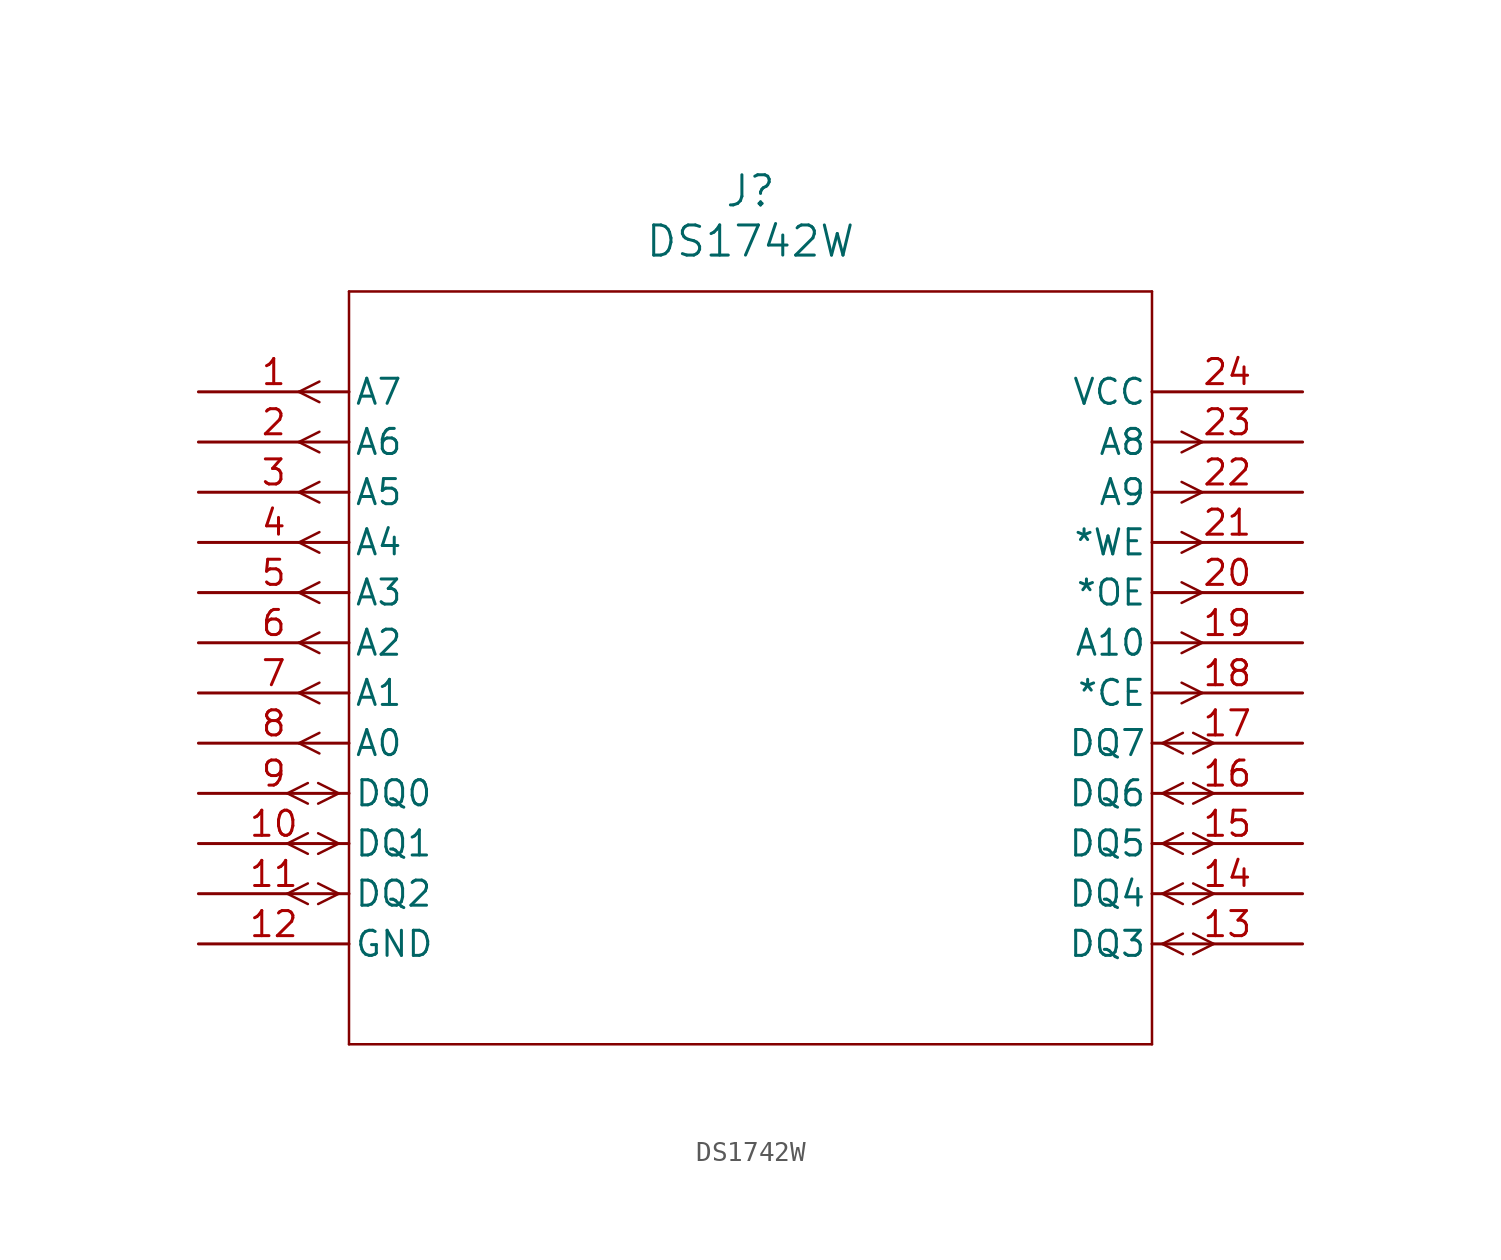
<source format=kicad_sym>
(kicad_symbol_lib
  (version 20220914)
  (generator kicad_symbol_editor)
  (symbol "DS1742W"
    (pin_names
      (offset 0.254))
    (property "Reference" "J"
      (at 27.94 10.16 0)
      (effects (font (size 1.524 1.524))))
    (property "Value" "DS1742W"
      (at 27.94 7.62 0)
      (effects (font (size 1.524 1.524))))
    (property "ki_locked" ""
      (at 0 0 0)
      (effects (font (size 1.27 1.27))))
    (symbol "DS1742W_0_1"
      (polyline (pts (xy 5.08 -17.78) (xy 6.121 -18.301)) (stroke (width 0.127) (type default)) (fill (type none)))
      (polyline (pts (xy 5.08 -17.78) (xy 6.121 -17.259)) (stroke (width 0.127) (type default)) (fill (type none)))
      (polyline (pts (xy 5.08 -15.24) (xy 6.121 -15.761)) (stroke (width 0.127) (type default)) (fill (type none)))
      (polyline (pts (xy 5.08 -15.24) (xy 6.121 -14.719)) (stroke (width 0.127) (type default)) (fill (type none)))
      (polyline (pts (xy 5.08 -12.7) (xy 6.121 -13.221)) (stroke (width 0.127) (type default)) (fill (type none)))
      (polyline (pts (xy 5.08 -12.7) (xy 6.121 -12.179)) (stroke (width 0.127) (type default)) (fill (type none)))
      (polyline (pts (xy 5.08 -10.16) (xy 6.121 -10.681)) (stroke (width 0.127) (type default)) (fill (type none)))
      (polyline (pts (xy 5.08 -10.16) (xy 6.121 -9.639)) (stroke (width 0.127) (type default)) (fill (type none)))
      (polyline (pts (xy 5.08 -7.62) (xy 6.121 -8.141)) (stroke (width 0.127) (type default)) (fill (type none)))
      (polyline (pts (xy 5.08 -7.62) (xy 6.121 -7.099)) (stroke (width 0.127) (type default)) (fill (type none)))
      (polyline (pts (xy 5.08 -5.08) (xy 6.121 -5.601)) (stroke (width 0.127) (type default)) (fill (type none)))
      (polyline (pts (xy 5.08 -5.08) (xy 6.121 -4.559)) (stroke (width 0.127) (type default)) (fill (type none)))
      (polyline (pts (xy 5.08 -2.54) (xy 6.121 -3.061)) (stroke (width 0.127) (type default)) (fill (type none)))
      (polyline (pts (xy 5.08 -2.54) (xy 6.121 -2.019)) (stroke (width 0.127) (type default)) (fill (type none)))
      (polyline (pts (xy 5.08 0) (xy 6.121 -0.521)) (stroke (width 0.127) (type default)) (fill (type none)))
      (polyline (pts (xy 5.08 0) (xy 6.121 0.521)) (stroke (width 0.127) (type default)) (fill (type none)))
      (polyline (pts (xy 5.537 -25.921) (xy 4.496 -25.4)) (stroke (width 0.127) (type default)) (fill (type none)))
      (polyline (pts (xy 5.537 -24.879) (xy 4.496 -25.4)) (stroke (width 0.127) (type default)) (fill (type none)))
      (polyline (pts (xy 5.537 -23.381) (xy 4.496 -22.86)) (stroke (width 0.127) (type default)) (fill (type none)))
      (polyline (pts (xy 5.537 -22.339) (xy 4.496 -22.86)) (stroke (width 0.127) (type default)) (fill (type none)))
      (polyline (pts (xy 5.537 -20.841) (xy 4.496 -20.32)) (stroke (width 0.127) (type default)) (fill (type none)))
      (polyline (pts (xy 5.537 -19.799) (xy 4.496 -20.32)) (stroke (width 0.127) (type default)) (fill (type none)))
      (polyline (pts (xy 7.099 -25.4) (xy 6.058 -25.921)) (stroke (width 0.127) (type default)) (fill (type none)))
      (polyline (pts (xy 7.099 -25.4) (xy 6.058 -24.879)) (stroke (width 0.127) (type default)) (fill (type none)))
      (polyline (pts (xy 7.099 -22.86) (xy 6.058 -23.381)) (stroke (width 0.127) (type default)) (fill (type none)))
      (polyline (pts (xy 7.099 -22.86) (xy 6.058 -22.339)) (stroke (width 0.127) (type default)) (fill (type none)))
      (polyline (pts (xy 7.099 -20.32) (xy 6.058 -20.841)) (stroke (width 0.127) (type default)) (fill (type none)))
      (polyline (pts (xy 7.099 -20.32) (xy 6.058 -19.799)) (stroke (width 0.127) (type default)) (fill (type none)))
      (polyline (pts (xy 7.62 -33.02) (xy 48.26 -33.02)) (stroke (width 0.127) (type default)) (fill (type none)))
      (polyline (pts (xy 7.62 5.08) (xy 7.62 -33.02)) (stroke (width 0.127) (type default)) (fill (type none)))
      (polyline (pts (xy 48.26 -33.02) (xy 48.26 5.08)) (stroke (width 0.127) (type default)) (fill (type none)))
      (polyline (pts (xy 48.26 5.08) (xy 7.62 5.08)) (stroke (width 0.127) (type default)) (fill (type none)))
      (polyline (pts (xy 48.781 -27.94) (xy 49.822 -28.461)) (stroke (width 0.127) (type default)) (fill (type none)))
      (polyline (pts (xy 48.781 -27.94) (xy 49.822 -27.419)) (stroke (width 0.127) (type default)) (fill (type none)))
      (polyline (pts (xy 48.781 -25.4) (xy 49.822 -25.921)) (stroke (width 0.127) (type default)) (fill (type none)))
      (polyline (pts (xy 48.781 -25.4) (xy 49.822 -24.879)) (stroke (width 0.127) (type default)) (fill (type none)))
      (polyline (pts (xy 48.781 -22.86) (xy 49.822 -23.381)) (stroke (width 0.127) (type default)) (fill (type none)))
      (polyline (pts (xy 48.781 -22.86) (xy 49.822 -22.339)) (stroke (width 0.127) (type default)) (fill (type none)))
      (polyline (pts (xy 48.781 -20.32) (xy 49.822 -20.841)) (stroke (width 0.127) (type default)) (fill (type none)))
      (polyline (pts (xy 48.781 -20.32) (xy 49.822 -19.799)) (stroke (width 0.127) (type default)) (fill (type none)))
      (polyline (pts (xy 48.781 -17.78) (xy 49.822 -18.301)) (stroke (width 0.127) (type default)) (fill (type none)))
      (polyline (pts (xy 48.781 -17.78) (xy 49.822 -17.259)) (stroke (width 0.127) (type default)) (fill (type none)))
      (polyline (pts (xy 50.343 -28.461) (xy 51.384 -27.94)) (stroke (width 0.127) (type default)) (fill (type none)))
      (polyline (pts (xy 50.343 -27.419) (xy 51.384 -27.94)) (stroke (width 0.127) (type default)) (fill (type none)))
      (polyline (pts (xy 50.343 -25.921) (xy 51.384 -25.4)) (stroke (width 0.127) (type default)) (fill (type none)))
      (polyline (pts (xy 50.343 -24.879) (xy 51.384 -25.4)) (stroke (width 0.127) (type default)) (fill (type none)))
      (polyline (pts (xy 50.343 -23.381) (xy 51.384 -22.86)) (stroke (width 0.127) (type default)) (fill (type none)))
      (polyline (pts (xy 50.343 -22.339) (xy 51.384 -22.86)) (stroke (width 0.127) (type default)) (fill (type none)))
      (polyline (pts (xy 50.343 -20.841) (xy 51.384 -20.32)) (stroke (width 0.127) (type default)) (fill (type none)))
      (polyline (pts (xy 50.343 -19.799) (xy 51.384 -20.32)) (stroke (width 0.127) (type default)) (fill (type none)))
      (polyline (pts (xy 50.343 -18.301) (xy 51.384 -17.78)) (stroke (width 0.127) (type default)) (fill (type none)))
      (polyline (pts (xy 50.343 -17.259) (xy 51.384 -17.78)) (stroke (width 0.127) (type default)) (fill (type none)))
      (polyline (pts (xy 50.8 -15.24) (xy 49.759 -15.761)) (stroke (width 0.127) (type default)) (fill (type none)))
      (polyline (pts (xy 50.8 -15.24) (xy 49.759 -14.719)) (stroke (width 0.127) (type default)) (fill (type none)))
      (polyline (pts (xy 50.8 -12.7) (xy 49.759 -13.221)) (stroke (width 0.127) (type default)) (fill (type none)))
      (polyline (pts (xy 50.8 -12.7) (xy 49.759 -12.179)) (stroke (width 0.127) (type default)) (fill (type none)))
      (polyline (pts (xy 50.8 -10.16) (xy 49.759 -10.681)) (stroke (width 0.127) (type default)) (fill (type none)))
      (polyline (pts (xy 50.8 -10.16) (xy 49.759 -9.639)) (stroke (width 0.127) (type default)) (fill (type none)))
      (polyline (pts (xy 50.8 -7.62) (xy 49.759 -8.141)) (stroke (width 0.127) (type default)) (fill (type none)))
      (polyline (pts (xy 50.8 -7.62) (xy 49.759 -7.099)) (stroke (width 0.127) (type default)) (fill (type none)))
      (polyline (pts (xy 50.8 -5.08) (xy 49.759 -5.601)) (stroke (width 0.127) (type default)) (fill (type none)))
      (polyline (pts (xy 50.8 -5.08) (xy 49.759 -4.559)) (stroke (width 0.127) (type default)) (fill (type none)))
      (polyline (pts (xy 50.8 -2.54) (xy 49.759 -3.061)) (stroke (width 0.127) (type default)) (fill (type none)))
      (polyline (pts (xy 50.8 -2.54) (xy 49.759 -2.019)) (stroke (width 0.127) (type default)) (fill (type none)))
      (pin bidirectional line (at 0 -22.86 0) (length 7.62) (name "DQ1" (effects (font (size 1.27 1.27)))) (number "10" (effects (font (size 1.27 1.27)))))
      (pin bidirectional line (at 0 -25.4 0) (length 7.62) (name "DQ2" (effects (font (size 1.27 1.27)))) (number "11" (effects (font (size 1.27 1.27)))))
      (pin bidirectional line (at 55.88 -27.94 180) (length 7.62) (name "DQ3" (effects (font (size 1.27 1.27)))) (number "13" (effects (font (size 1.27 1.27)))))
      (pin bidirectional line (at 55.88 -25.4 180) (length 7.62) (name "DQ4" (effects (font (size 1.27 1.27)))) (number "14" (effects (font (size 1.27 1.27)))))
      (pin bidirectional line (at 55.88 -22.86 180) (length 7.62) (name "DQ5" (effects (font (size 1.27 1.27)))) (number "15" (effects (font (size 1.27 1.27)))))
      (pin bidirectional line (at 55.88 -20.32 180) (length 7.62) (name "DQ6" (effects (font (size 1.27 1.27)))) (number "16" (effects (font (size 1.27 1.27)))))
      (pin bidirectional line (at 55.88 -17.78 180) (length 7.62) (name "DQ7" (effects (font (size 1.27 1.27)))) (number "17" (effects (font (size 1.27 1.27)))))
      (pin bidirectional line (at 0 -20.32 0) (length 7.62) (name "DQ0" (effects (font (size 1.27 1.27)))) (number "9" (effects (font (size 1.27 1.27))))))
    (symbol "DS1742W_1_1"
      (pin output line (at 0 0 0) (length 7.62) (name "A7" (effects (font (size 1.27 1.27)))) (number "1" (effects (font (size 1.27 1.27)))))
      (pin power_out line (at 0 -27.94 0) (length 7.62) (name "GND" (effects (font (size 1.27 1.27)))) (number "12" (effects (font (size 1.27 1.27)))))
      (pin output line (at 55.88 -15.24 180) (length 7.62) (name "*CE" (effects (font (size 1.27 1.27)))) (number "18" (effects (font (size 1.27 1.27)))))
      (pin output line (at 55.88 -12.7 180) (length 7.62) (name "A10" (effects (font (size 1.27 1.27)))) (number "19" (effects (font (size 1.27 1.27)))))
      (pin output line (at 0 -2.54 0) (length 7.62) (name "A6" (effects (font (size 1.27 1.27)))) (number "2" (effects (font (size 1.27 1.27)))))
      (pin output line (at 55.88 -10.16 180) (length 7.62) (name "*OE" (effects (font (size 1.27 1.27)))) (number "20" (effects (font (size 1.27 1.27)))))
      (pin output line (at 55.88 -7.62 180) (length 7.62) (name "*WE" (effects (font (size 1.27 1.27)))) (number "21" (effects (font (size 1.27 1.27)))))
      (pin output line (at 55.88 -5.08 180) (length 7.62) (name "A9" (effects (font (size 1.27 1.27)))) (number "22" (effects (font (size 1.27 1.27)))))
      (pin output line (at 55.88 -2.54 180) (length 7.62) (name "A8" (effects (font (size 1.27 1.27)))) (number "23" (effects (font (size 1.27 1.27)))))
      (pin power_out line (at 55.88 0 180) (length 7.62) (name "VCC" (effects (font (size 1.27 1.27)))) (number "24" (effects (font (size 1.27 1.27)))))
      (pin output line (at 0 -5.08 0) (length 7.62) (name "A5" (effects (font (size 1.27 1.27)))) (number "3" (effects (font (size 1.27 1.27)))))
      (pin output line (at 0 -7.62 0) (length 7.62) (name "A4" (effects (font (size 1.27 1.27)))) (number "4" (effects (font (size 1.27 1.27)))))
      (pin output line (at 0 -10.16 0) (length 7.62) (name "A3" (effects (font (size 1.27 1.27)))) (number "5" (effects (font (size 1.27 1.27)))))
      (pin output line (at 0 -12.7 0) (length 7.62) (name "A2" (effects (font (size 1.27 1.27)))) (number "6" (effects (font (size 1.27 1.27)))))
      (pin output line (at 0 -15.24 0) (length 7.62) (name "A1" (effects (font (size 1.27 1.27)))) (number "7" (effects (font (size 1.27 1.27)))))
      (pin output line (at 0 -17.78 0) (length 7.62) (name "A0" (effects (font (size 1.27 1.27)))) (number "8" (effects (font (size 1.27 1.27))))))))
</source>
